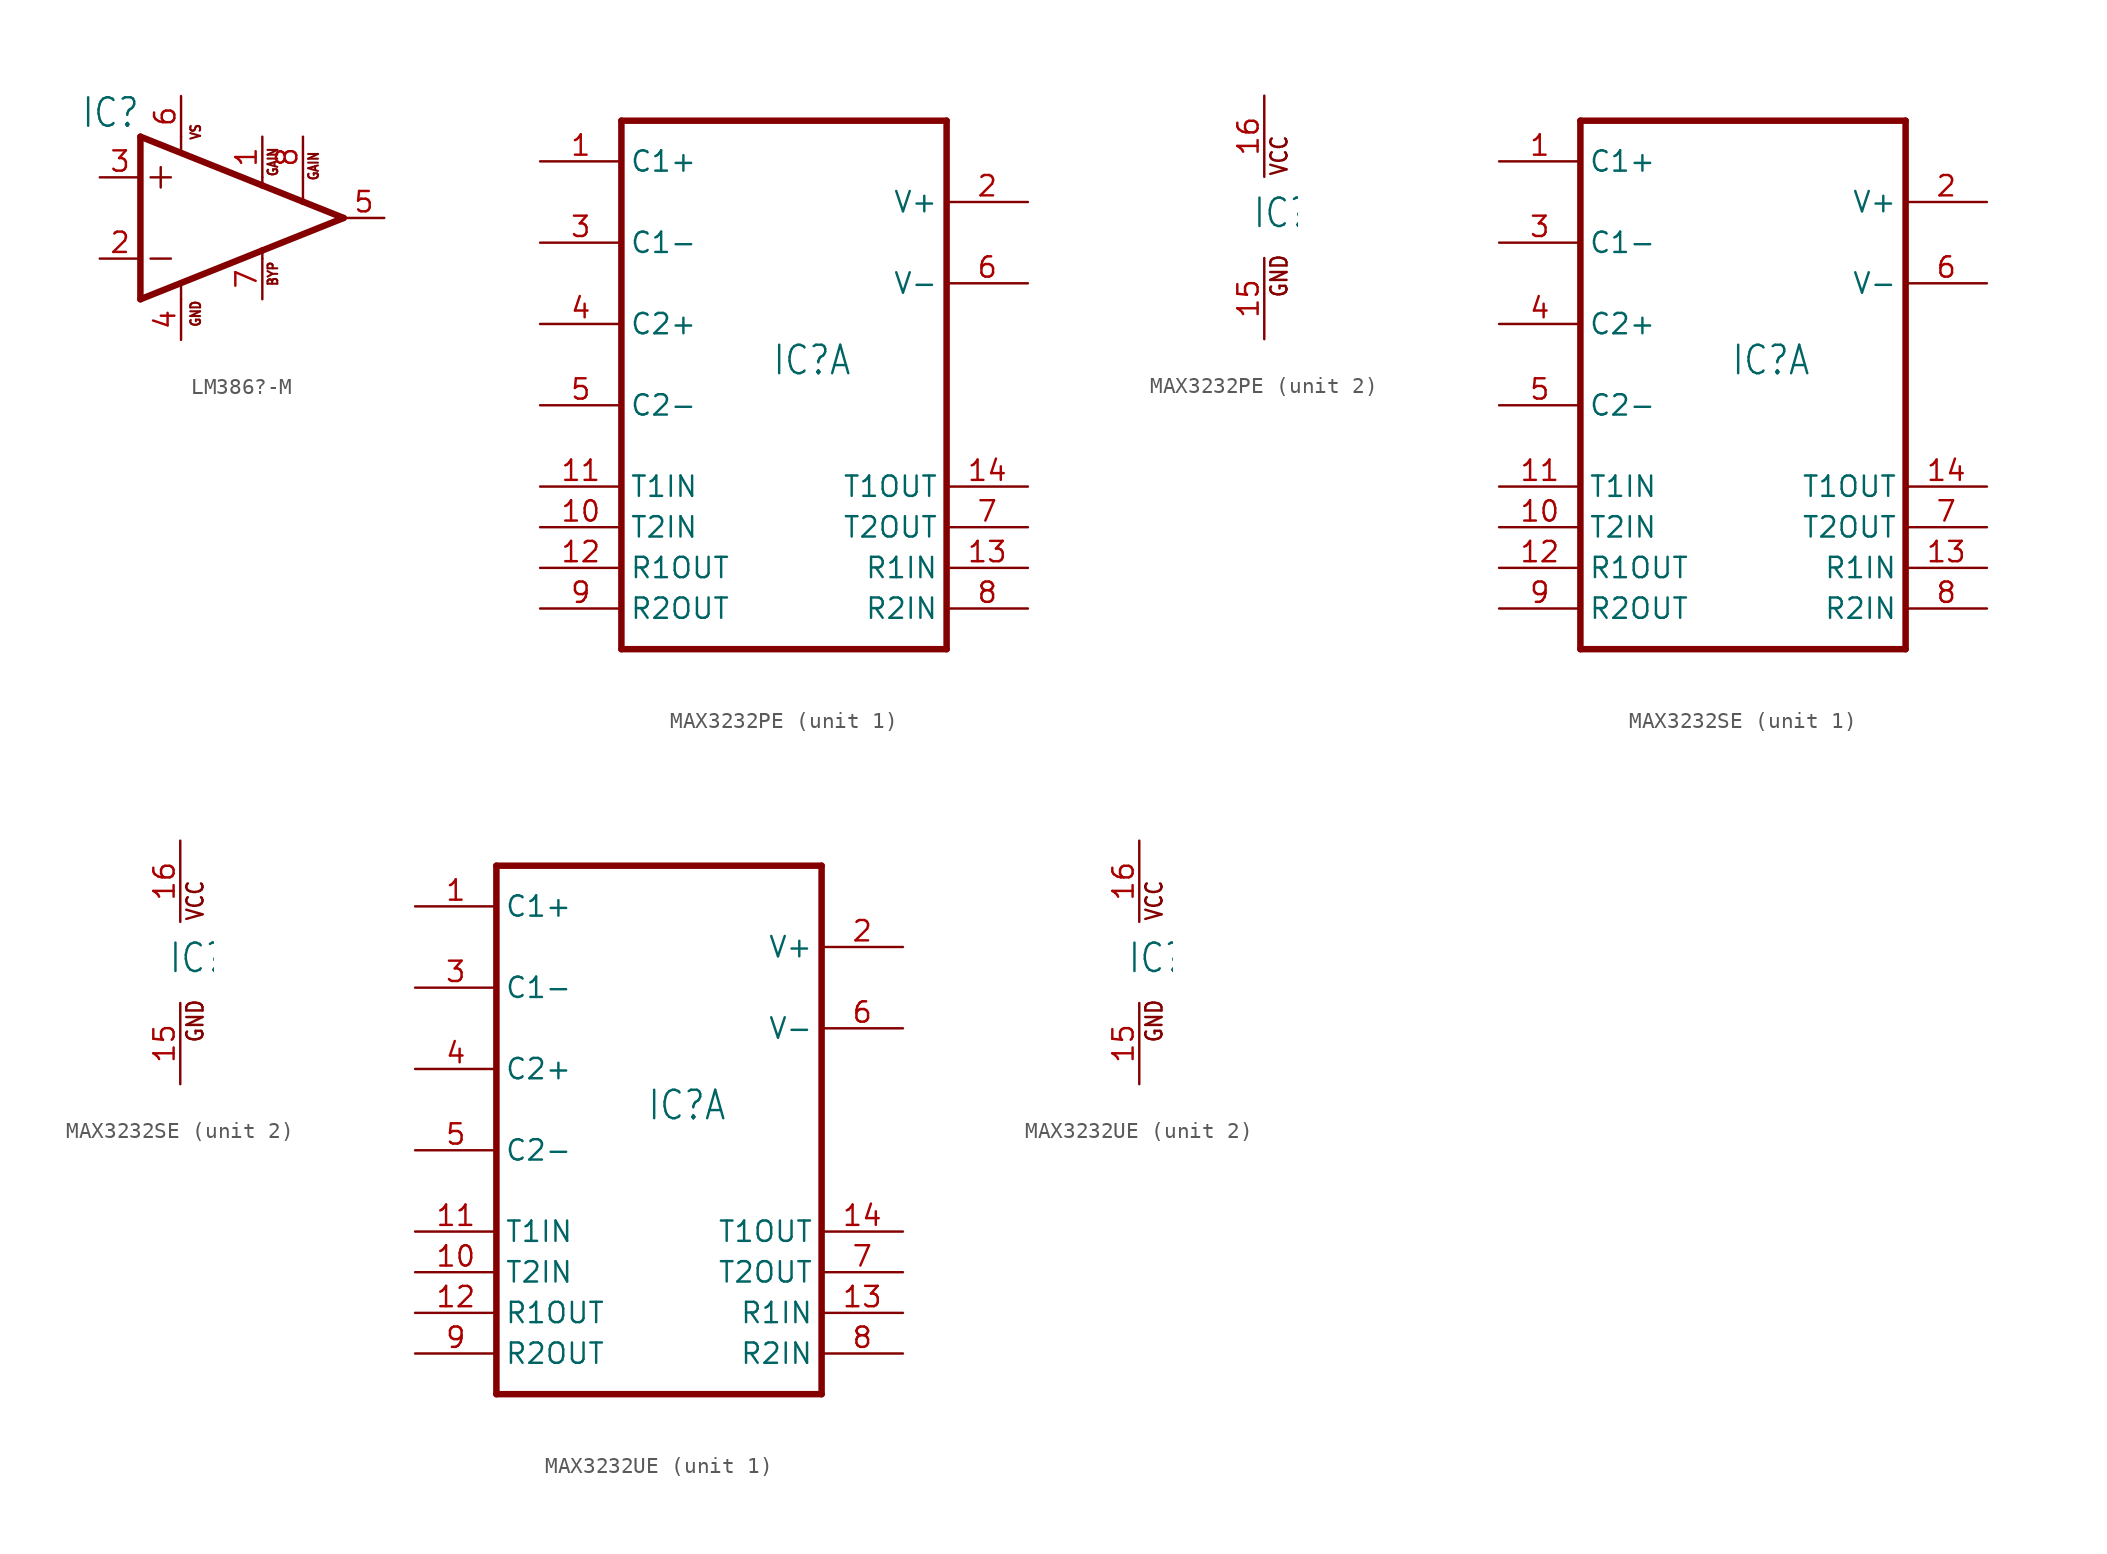
<source format=kicad_sym>
(kicad_symbol_lib
  (version 20231120)
  (generator "kicad_symbol_editor")
  (generator_version "8.0")
  (symbol "LM386?-M"
    (property "Reference" "IC"
      (at -5.08 7.62 0)
      (effects (font (size 1.778 1.511)) (justify right top)))
    (property "Value" ""
      (at 5.08 -3.81 0)
      (effects (font (size 1.778 1.511)) (justify left bottom)))
    (property "ki_locked" ""
      (at 0 0 0)
      (effects (font (size 1.27 1.27))))
    (symbol "LM386?-M_1_0"
      (polyline (pts (xy -5.08 -5.08) (xy 2.54 -2.032)) (stroke (width 0.406) (type solid)) (fill (type none)))
      (polyline (pts (xy -5.08 5.08) (xy -5.08 -5.08)) (stroke (width 0.406) (type solid)) (fill (type none)))
      (polyline (pts (xy -4.445 -2.54) (xy -3.175 -2.54)) (stroke (width 0.152) (type solid)) (fill (type none)))
      (polyline (pts (xy -4.445 2.54) (xy -3.175 2.54)) (stroke (width 0.152) (type solid)) (fill (type none)))
      (polyline (pts (xy -3.81 3.175) (xy -3.81 1.905)) (stroke (width 0.152) (type solid)) (fill (type none)))
      (polyline (pts (xy -2.54 -4.14) (xy -2.54 -5.08)) (stroke (width 0.152) (type solid)) (fill (type none)))
      (polyline (pts (xy -2.54 5.08) (xy -2.54 4.14)) (stroke (width 0.152) (type solid)) (fill (type none)))
      (polyline (pts (xy 2.54 -2.54) (xy 2.54 -2.032)) (stroke (width 0.152) (type solid)) (fill (type none)))
      (polyline (pts (xy 2.54 -2.032) (xy 7.62 0)) (stroke (width 0.406) (type solid)) (fill (type none)))
      (polyline (pts (xy 2.54 2.032) (xy -5.08 5.08)) (stroke (width 0.406) (type solid)) (fill (type none)))
      (polyline (pts (xy 2.54 2.54) (xy 2.54 2.032)) (stroke (width 0.152) (type solid)) (fill (type none)))
      (polyline (pts (xy 5.08 1.016) (xy 2.54 2.032)) (stroke (width 0.406) (type solid)) (fill (type none)))
      (polyline (pts (xy 5.08 2.54) (xy 5.08 1.016)) (stroke (width 0.152) (type solid)) (fill (type none)))
      (polyline (pts (xy 7.62 0) (xy 5.08 1.016)) (stroke (width 0.406) (type solid)) (fill (type none)))
      (text "BYP" (at 3.556 -4.318 900) (effects (font (size 0.61 0.518)) (justify left bottom)))
      (text "GAIN" (at 3.556 2.54 900) (effects (font (size 0.61 0.518)) (justify left bottom)))
      (text "GAIN" (at 6.096 2.286 900) (effects (font (size 0.61 0.518)) (justify left bottom)))
      (text "GND" (at -1.27 -6.858 900) (effects (font (size 0.61 0.518)) (justify left bottom)))
      (text "VS" (at -1.27 4.826 900) (effects (font (size 0.61 0.518)) (justify left bottom)))
      (pin passive line (at 2.54 5.08 270) (length 2.54) (name "GAIN@1" (effects (font (size 0 0)))) (number "1" (effects (font (size 1.27 1.27)))))
      (pin input line (at -7.62 -2.54 0) (length 2.54) (name "-IN" (effects (font (size 0 0)))) (number "2" (effects (font (size 1.27 1.27)))))
      (pin input line (at -7.62 2.54 0) (length 2.54) (name "+IN" (effects (font (size 0 0)))) (number "3" (effects (font (size 1.27 1.27)))))
      (pin power_in line (at -2.54 -7.62 90) (length 2.54) (name "GND" (effects (font (size 0 0)))) (number "4" (effects (font (size 1.27 1.27)))))
      (pin output line (at 10.16 0 180) (length 2.54) (name "OUT" (effects (font (size 0 0)))) (number "5" (effects (font (size 1.27 1.27)))))
      (pin power_in line (at -2.54 7.62 270) (length 2.54) (name "VS" (effects (font (size 0 0)))) (number "6" (effects (font (size 1.27 1.27)))))
      (pin passive line (at 2.54 -5.08 90) (length 2.54) (name "BYPASS" (effects (font (size 0 0)))) (number "7" (effects (font (size 1.27 1.27)))))
      (pin passive line (at 5.08 5.08 270) (length 2.54) (name "GAIN@2" (effects (font (size 0 0)))) (number "8" (effects (font (size 1.27 1.27)))))))
  (symbol "MAX3232PE"
    (property "Reference" "IC"
      (at -0.762 -0.762 0)
      (effects (font (size 1.778 1.511)) (justify left bottom)))
    (property "ki_locked" ""
      (at 0 0 0)
      (effects (font (size 1.27 1.27))))
    (symbol "MAX3232PE_1_0"
      (polyline (pts (xy -10.16 15.24) (xy -10.16 -17.78)) (stroke (width 0.406) (type solid)) (fill (type none)))
      (polyline (pts (xy -10.16 15.24) (xy 10.16 15.24)) (stroke (width 0.406) (type solid)) (fill (type none)))
      (polyline (pts (xy 10.16 -17.78) (xy -10.16 -17.78)) (stroke (width 0.406) (type solid)) (fill (type none)))
      (polyline (pts (xy 10.16 -17.78) (xy 10.16 15.24)) (stroke (width 0.406) (type solid)) (fill (type none)))
      (pin bidirectional line (at -15.24 12.7 0) (length 5.08) (name "C1+" (effects (font (size 1.27 1.27)))) (number "1" (effects (font (size 1.27 1.27)))))
      (pin input line (at -15.24 -10.16 0) (length 5.08) (name "T2IN" (effects (font (size 1.27 1.27)))) (number "10" (effects (font (size 1.27 1.27)))))
      (pin input line (at -15.24 -7.62 0) (length 5.08) (name "T1IN" (effects (font (size 1.27 1.27)))) (number "11" (effects (font (size 1.27 1.27)))))
      (pin output line (at -15.24 -12.7 0) (length 5.08) (name "R1OUT" (effects (font (size 1.27 1.27)))) (number "12" (effects (font (size 1.27 1.27)))))
      (pin input line (at 15.24 -12.7 180) (length 5.08) (name "R1IN" (effects (font (size 1.27 1.27)))) (number "13" (effects (font (size 1.27 1.27)))))
      (pin output line (at 15.24 -7.62 180) (length 5.08) (name "T1OUT" (effects (font (size 1.27 1.27)))) (number "14" (effects (font (size 1.27 1.27)))))
      (pin bidirectional line (at 15.24 10.16 180) (length 5.08) (name "V+" (effects (font (size 1.27 1.27)))) (number "2" (effects (font (size 1.27 1.27)))))
      (pin bidirectional line (at -15.24 7.62 0) (length 5.08) (name "C1-" (effects (font (size 1.27 1.27)))) (number "3" (effects (font (size 1.27 1.27)))))
      (pin bidirectional line (at -15.24 2.54 0) (length 5.08) (name "C2+" (effects (font (size 1.27 1.27)))) (number "4" (effects (font (size 1.27 1.27)))))
      (pin bidirectional line (at -15.24 -2.54 0) (length 5.08) (name "C2-" (effects (font (size 1.27 1.27)))) (number "5" (effects (font (size 1.27 1.27)))))
      (pin bidirectional line (at 15.24 5.08 180) (length 5.08) (name "V-" (effects (font (size 1.27 1.27)))) (number "6" (effects (font (size 1.27 1.27)))))
      (pin output line (at 15.24 -10.16 180) (length 5.08) (name "T2OUT" (effects (font (size 1.27 1.27)))) (number "7" (effects (font (size 1.27 1.27)))))
      (pin input line (at 15.24 -15.24 180) (length 5.08) (name "R2IN" (effects (font (size 1.27 1.27)))) (number "8" (effects (font (size 1.27 1.27)))))
      (pin output line (at -15.24 -15.24 0) (length 5.08) (name "R2OUT" (effects (font (size 1.27 1.27)))) (number "9" (effects (font (size 1.27 1.27))))))
    (symbol "MAX3232PE_2_0"
      (text "GND" (at 1.524 -5.08 900) (effects (font (size 1.016 0.864)) (justify left bottom)))
      (text "VCC" (at 1.524 2.54 900) (effects (font (size 1.016 0.864)) (justify left bottom)))
      (pin power_in line (at 0 -7.62 90) (length 5.08) (name "GND" (effects (font (size 0 0)))) (number "15" (effects (font (size 1.27 1.27)))))
      (pin power_in line (at 0 7.62 270) (length 5.08) (name "VCC" (effects (font (size 0 0)))) (number "16" (effects (font (size 1.27 1.27)))))))
  (symbol "MAX3232SE"
    (property "Reference" "IC"
      (at -0.762 -0.762 0)
      (effects (font (size 1.778 1.511)) (justify left bottom)))
    (property "ki_locked" ""
      (at 0 0 0)
      (effects (font (size 1.27 1.27))))
    (symbol "MAX3232SE_1_0"
      (polyline (pts (xy -10.16 15.24) (xy -10.16 -17.78)) (stroke (width 0.406) (type solid)) (fill (type none)))
      (polyline (pts (xy -10.16 15.24) (xy 10.16 15.24)) (stroke (width 0.406) (type solid)) (fill (type none)))
      (polyline (pts (xy 10.16 -17.78) (xy -10.16 -17.78)) (stroke (width 0.406) (type solid)) (fill (type none)))
      (polyline (pts (xy 10.16 -17.78) (xy 10.16 15.24)) (stroke (width 0.406) (type solid)) (fill (type none)))
      (pin bidirectional line (at -15.24 12.7 0) (length 5.08) (name "C1+" (effects (font (size 1.27 1.27)))) (number "1" (effects (font (size 1.27 1.27)))))
      (pin input line (at -15.24 -10.16 0) (length 5.08) (name "T2IN" (effects (font (size 1.27 1.27)))) (number "10" (effects (font (size 1.27 1.27)))))
      (pin input line (at -15.24 -7.62 0) (length 5.08) (name "T1IN" (effects (font (size 1.27 1.27)))) (number "11" (effects (font (size 1.27 1.27)))))
      (pin output line (at -15.24 -12.7 0) (length 5.08) (name "R1OUT" (effects (font (size 1.27 1.27)))) (number "12" (effects (font (size 1.27 1.27)))))
      (pin input line (at 15.24 -12.7 180) (length 5.08) (name "R1IN" (effects (font (size 1.27 1.27)))) (number "13" (effects (font (size 1.27 1.27)))))
      (pin output line (at 15.24 -7.62 180) (length 5.08) (name "T1OUT" (effects (font (size 1.27 1.27)))) (number "14" (effects (font (size 1.27 1.27)))))
      (pin bidirectional line (at 15.24 10.16 180) (length 5.08) (name "V+" (effects (font (size 1.27 1.27)))) (number "2" (effects (font (size 1.27 1.27)))))
      (pin bidirectional line (at -15.24 7.62 0) (length 5.08) (name "C1-" (effects (font (size 1.27 1.27)))) (number "3" (effects (font (size 1.27 1.27)))))
      (pin bidirectional line (at -15.24 2.54 0) (length 5.08) (name "C2+" (effects (font (size 1.27 1.27)))) (number "4" (effects (font (size 1.27 1.27)))))
      (pin bidirectional line (at -15.24 -2.54 0) (length 5.08) (name "C2-" (effects (font (size 1.27 1.27)))) (number "5" (effects (font (size 1.27 1.27)))))
      (pin bidirectional line (at 15.24 5.08 180) (length 5.08) (name "V-" (effects (font (size 1.27 1.27)))) (number "6" (effects (font (size 1.27 1.27)))))
      (pin output line (at 15.24 -10.16 180) (length 5.08) (name "T2OUT" (effects (font (size 1.27 1.27)))) (number "7" (effects (font (size 1.27 1.27)))))
      (pin input line (at 15.24 -15.24 180) (length 5.08) (name "R2IN" (effects (font (size 1.27 1.27)))) (number "8" (effects (font (size 1.27 1.27)))))
      (pin output line (at -15.24 -15.24 0) (length 5.08) (name "R2OUT" (effects (font (size 1.27 1.27)))) (number "9" (effects (font (size 1.27 1.27))))))
    (symbol "MAX3232SE_2_0"
      (text "GND" (at 1.524 -5.08 900) (effects (font (size 1.016 0.864)) (justify left bottom)))
      (text "VCC" (at 1.524 2.54 900) (effects (font (size 1.016 0.864)) (justify left bottom)))
      (pin power_in line (at 0 -7.62 90) (length 5.08) (name "GND" (effects (font (size 0 0)))) (number "15" (effects (font (size 1.27 1.27)))))
      (pin power_in line (at 0 7.62 270) (length 5.08) (name "VCC" (effects (font (size 0 0)))) (number "16" (effects (font (size 1.27 1.27)))))))
  (symbol "MAX3232UE"
    (property "Reference" "IC"
      (at -0.762 -0.762 0)
      (effects (font (size 1.778 1.511)) (justify left bottom)))
    (property "ki_locked" ""
      (at 0 0 0)
      (effects (font (size 1.27 1.27))))
    (symbol "MAX3232UE_1_0"
      (polyline (pts (xy -10.16 15.24) (xy -10.16 -17.78)) (stroke (width 0.406) (type solid)) (fill (type none)))
      (polyline (pts (xy -10.16 15.24) (xy 10.16 15.24)) (stroke (width 0.406) (type solid)) (fill (type none)))
      (polyline (pts (xy 10.16 -17.78) (xy -10.16 -17.78)) (stroke (width 0.406) (type solid)) (fill (type none)))
      (polyline (pts (xy 10.16 -17.78) (xy 10.16 15.24)) (stroke (width 0.406) (type solid)) (fill (type none)))
      (pin bidirectional line (at -15.24 12.7 0) (length 5.08) (name "C1+" (effects (font (size 1.27 1.27)))) (number "1" (effects (font (size 1.27 1.27)))))
      (pin input line (at -15.24 -10.16 0) (length 5.08) (name "T2IN" (effects (font (size 1.27 1.27)))) (number "10" (effects (font (size 1.27 1.27)))))
      (pin input line (at -15.24 -7.62 0) (length 5.08) (name "T1IN" (effects (font (size 1.27 1.27)))) (number "11" (effects (font (size 1.27 1.27)))))
      (pin output line (at -15.24 -12.7 0) (length 5.08) (name "R1OUT" (effects (font (size 1.27 1.27)))) (number "12" (effects (font (size 1.27 1.27)))))
      (pin input line (at 15.24 -12.7 180) (length 5.08) (name "R1IN" (effects (font (size 1.27 1.27)))) (number "13" (effects (font (size 1.27 1.27)))))
      (pin output line (at 15.24 -7.62 180) (length 5.08) (name "T1OUT" (effects (font (size 1.27 1.27)))) (number "14" (effects (font (size 1.27 1.27)))))
      (pin bidirectional line (at 15.24 10.16 180) (length 5.08) (name "V+" (effects (font (size 1.27 1.27)))) (number "2" (effects (font (size 1.27 1.27)))))
      (pin bidirectional line (at -15.24 7.62 0) (length 5.08) (name "C1-" (effects (font (size 1.27 1.27)))) (number "3" (effects (font (size 1.27 1.27)))))
      (pin bidirectional line (at -15.24 2.54 0) (length 5.08) (name "C2+" (effects (font (size 1.27 1.27)))) (number "4" (effects (font (size 1.27 1.27)))))
      (pin bidirectional line (at -15.24 -2.54 0) (length 5.08) (name "C2-" (effects (font (size 1.27 1.27)))) (number "5" (effects (font (size 1.27 1.27)))))
      (pin bidirectional line (at 15.24 5.08 180) (length 5.08) (name "V-" (effects (font (size 1.27 1.27)))) (number "6" (effects (font (size 1.27 1.27)))))
      (pin output line (at 15.24 -10.16 180) (length 5.08) (name "T2OUT" (effects (font (size 1.27 1.27)))) (number "7" (effects (font (size 1.27 1.27)))))
      (pin input line (at 15.24 -15.24 180) (length 5.08) (name "R2IN" (effects (font (size 1.27 1.27)))) (number "8" (effects (font (size 1.27 1.27)))))
      (pin output line (at -15.24 -15.24 0) (length 5.08) (name "R2OUT" (effects (font (size 1.27 1.27)))) (number "9" (effects (font (size 1.27 1.27))))))
    (symbol "MAX3232UE_2_0"
      (text "GND" (at 1.524 -5.08 900) (effects (font (size 1.016 0.864)) (justify left bottom)))
      (text "VCC" (at 1.524 2.54 900) (effects (font (size 1.016 0.864)) (justify left bottom)))
      (pin power_in line (at 0 -7.62 90) (length 5.08) (name "GND" (effects (font (size 0 0)))) (number "15" (effects (font (size 1.27 1.27)))))
      (pin power_in line (at 0 7.62 270) (length 5.08) (name "VCC" (effects (font (size 0 0)))) (number "16" (effects (font (size 1.27 1.27))))))))
</source>
